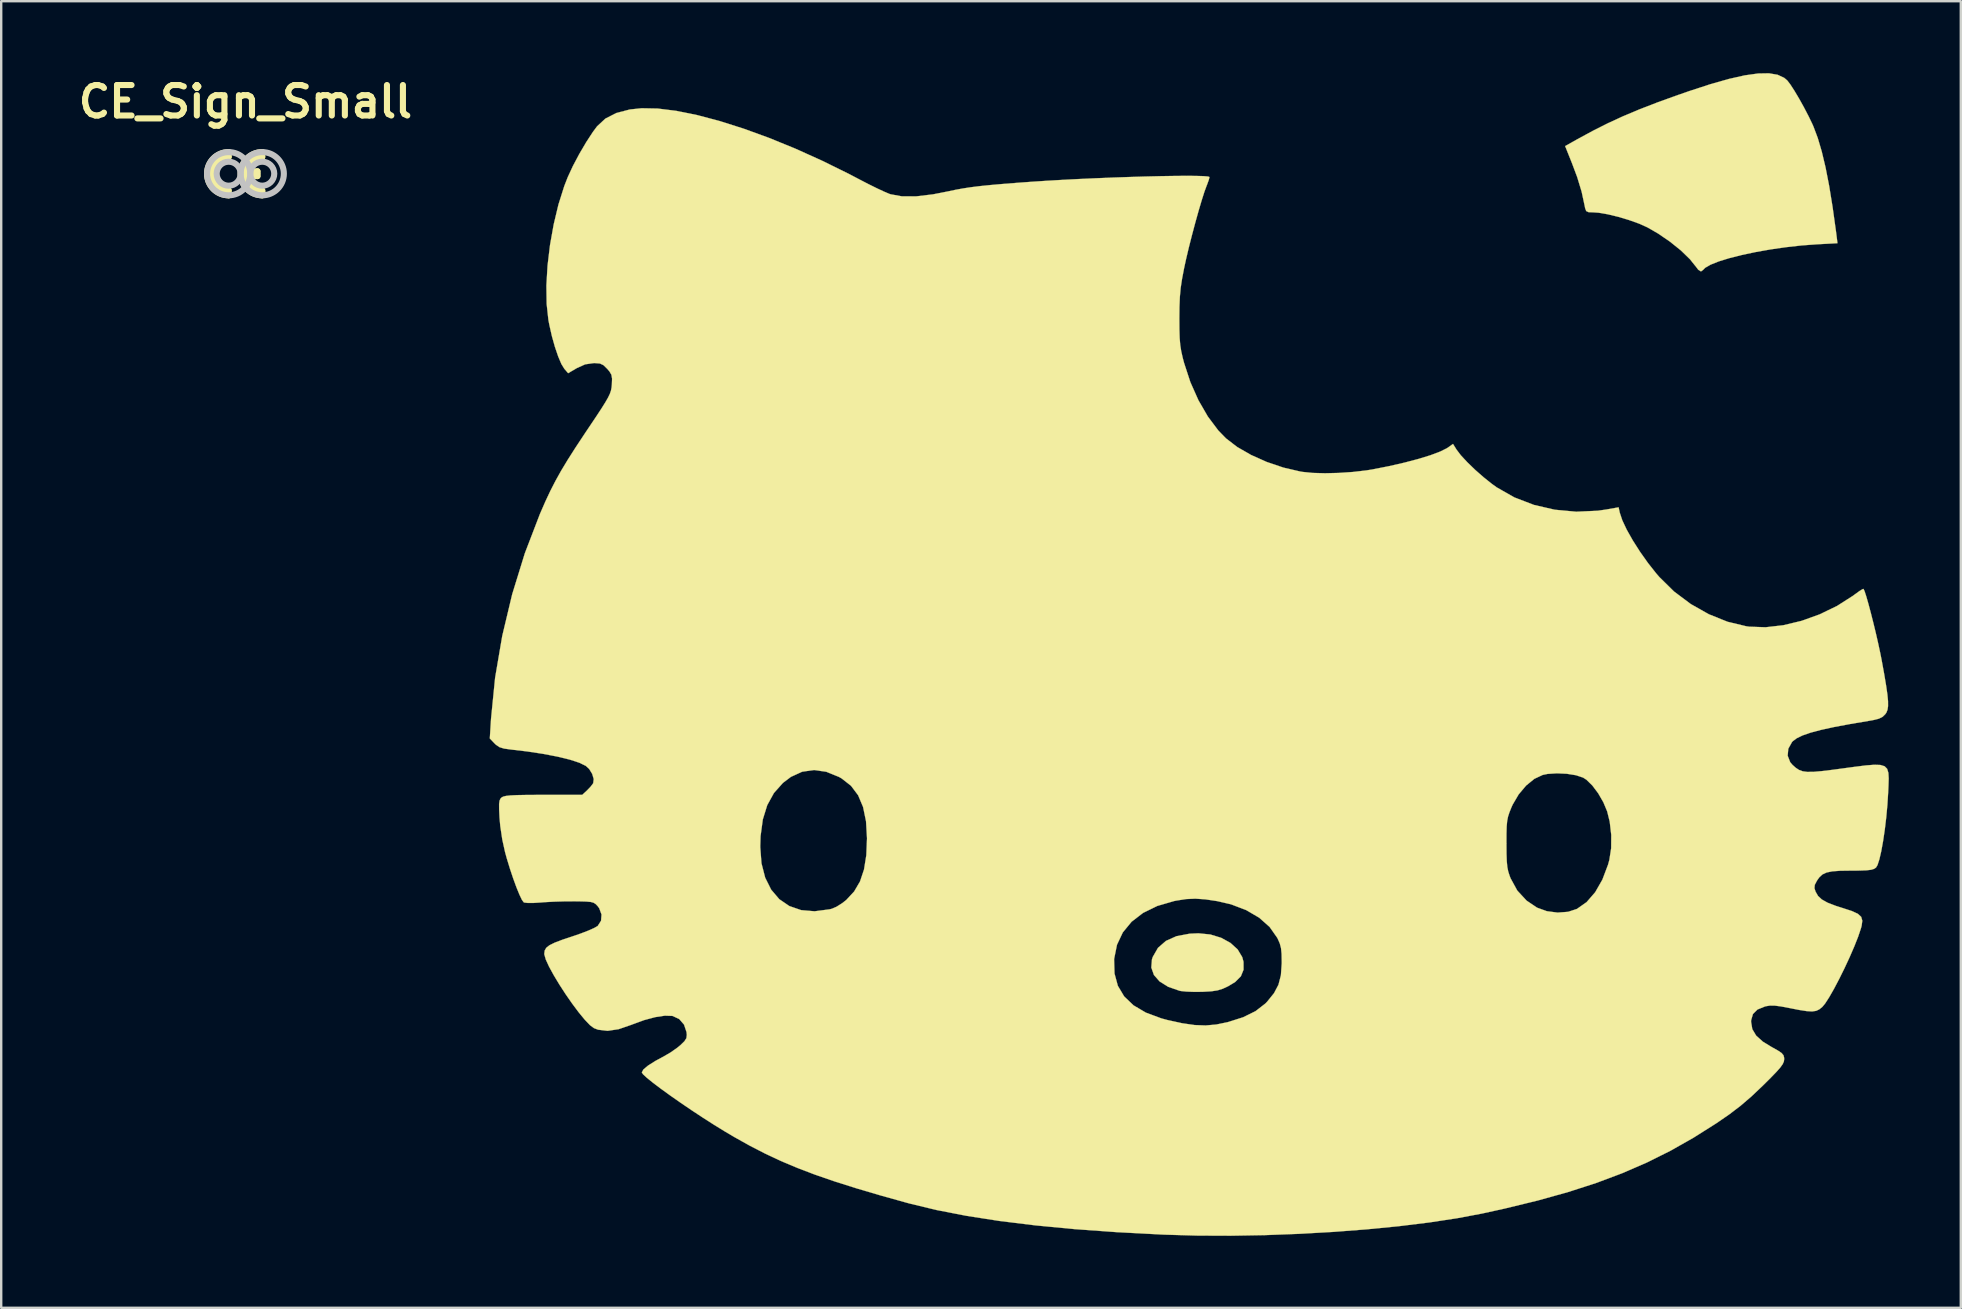
<source format=kicad_pcb>
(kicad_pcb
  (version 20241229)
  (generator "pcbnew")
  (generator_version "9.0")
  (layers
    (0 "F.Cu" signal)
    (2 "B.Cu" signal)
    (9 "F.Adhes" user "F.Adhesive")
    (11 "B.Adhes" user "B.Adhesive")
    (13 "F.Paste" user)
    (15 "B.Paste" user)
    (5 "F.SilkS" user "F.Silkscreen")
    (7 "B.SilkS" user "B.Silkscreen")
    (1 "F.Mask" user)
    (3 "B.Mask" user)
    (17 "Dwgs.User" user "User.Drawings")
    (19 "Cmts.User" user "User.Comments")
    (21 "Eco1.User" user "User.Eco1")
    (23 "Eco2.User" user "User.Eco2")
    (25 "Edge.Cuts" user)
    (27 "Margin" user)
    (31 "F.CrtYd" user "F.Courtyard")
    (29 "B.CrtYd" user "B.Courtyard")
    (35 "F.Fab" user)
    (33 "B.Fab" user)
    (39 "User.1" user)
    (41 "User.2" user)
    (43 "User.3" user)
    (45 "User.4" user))
  (footprint "HELLO_KITTY_1100"
    (layer "F.Cu")
    (at 46.7 23.942)
    (property "Reference" "HELLO_KITTY_1100" (at 0 0 0) (layer "F.SilkS") (effects (font (size 1.524 1.524) (thickness 0.3))))
    (attr through_hole)
    (fp_poly (pts (xy 0.688 11.951) (xy 1.14 12.089) (xy 1.527 12.302) (xy 1.827 12.575) (xy 2.019 12.896) (xy 2.071 13.092) (xy 2.072 13.421) (xy 1.96 13.694) (xy 1.724 13.93) (xy 1.432 14.107) (xy 1.203 14.213) (xy 0.987 14.28) (xy 0.735 14.318) (xy 0.396 14.338) (xy 0.348 14.34) (xy 0.013 14.343) (xy -0.301 14.331) (xy -0.54 14.307) (xy -0.601 14.294) (xy -1.069 14.131) (xy -1.425 13.909) (xy -1.662 13.639) (xy -1.771 13.33) (xy -1.745 12.99) (xy -1.712 12.889) (xy -1.493 12.507) (xy -1.162 12.218) (xy -0.722 12.021) (xy -0.175 11.918) (xy 0.194 11.902) (xy 0.688 11.951)) (stroke (width 0.01) (type solid)) (fill yes) (layer "F.SilkS"))
    (fp_poly (pts (xy 24.329 -23.876) (xy 24.605 -23.747) (xy 24.732 -23.638) (xy 24.859 -23.472) (xy 25.03 -23.208) (xy 25.226 -22.878) (xy 25.428 -22.515) (xy 25.617 -22.152) (xy 25.776 -21.823) (xy 25.823 -21.716) (xy 26.002 -21.24) (xy 26.168 -20.678) (xy 26.325 -20.02) (xy 26.475 -19.254) (xy 26.619 -18.368) (xy 26.761 -17.351) (xy 26.795 -17.083) (xy 26.823 -16.857) (xy 25.965 -16.811) (xy 25.327 -16.764) (xy 24.676 -16.691) (xy 24.031 -16.598) (xy 23.41 -16.488) (xy 22.831 -16.365) (xy 22.313 -16.234) (xy 21.874 -16.098) (xy 21.531 -15.961) (xy 21.304 -15.829) (xy 21.228 -15.749) (xy 21.135 -15.68) (xy 21.023 -15.749) (xy 20.953 -15.842) (xy 20.678 -16.186) (xy 20.298 -16.555) (xy 19.842 -16.922) (xy 19.344 -17.263) (xy 18.902 -17.517) (xy 18.557 -17.672) (xy 18.137 -17.822) (xy 17.686 -17.957) (xy 17.247 -18.063) (xy 16.864 -18.128) (xy 16.649 -18.143) (xy 16.452 -18.15) (xy 16.353 -18.196) (xy 16.307 -18.316) (xy 16.288 -18.415) (xy 16.162 -19.001) (xy 15.977 -19.611) (xy 15.758 -20.195) (xy 15.474 -20.904) (xy 15.992 -21.195) (xy 16.628 -21.54) (xy 17.251 -21.854) (xy 17.889 -22.148) (xy 18.57 -22.434) (xy 19.322 -22.725) (xy 20.173 -23.032) (xy 20.647 -23.196) (xy 21.535 -23.486) (xy 22.305 -23.704) (xy 22.963 -23.852) (xy 23.515 -23.929) (xy 23.968 -23.937) (xy 24.329 -23.876)) (stroke (width 0.01) (type solid)) (fill yes) (layer "F.SilkS"))
    (fp_poly (pts (xy -22.339 -22.468) (xy -21.565 -22.372) (xy -20.701 -22.197) (xy -19.76 -21.948) (xy -18.756 -21.629) (xy -17.701 -21.245) (xy -16.608 -20.799) (xy -15.492 -20.295) (xy -14.363 -19.739) (xy -13.934 -19.514) (xy -13.564 -19.322) (xy -13.212 -19.148) (xy -12.91 -19.007) (xy -12.69 -18.914) (xy -12.634 -18.895) (xy -12.164 -18.81) (xy -11.575 -18.809) (xy -10.87 -18.893) (xy -10.233 -19.018) (xy -9.926 -19.083) (xy -9.62 -19.139) (xy -9.294 -19.189) (xy -8.924 -19.235) (xy -8.491 -19.279) (xy -7.973 -19.325) (xy -7.347 -19.374) (xy -6.785 -19.415) (xy -6.164 -19.456) (xy -5.497 -19.495) (xy -4.801 -19.531) (xy -4.089 -19.563) (xy -3.376 -19.592) (xy -2.677 -19.616) (xy -2.006 -19.636) (xy -1.379 -19.651) (xy -0.81 -19.66) (xy -0.313 -19.664) (xy 0.096 -19.661) (xy 0.403 -19.652) (xy 0.594 -19.636) (xy 0.653 -19.615) (xy 0.627 -19.504) (xy 0.562 -19.323) (xy 0.539 -19.265) (xy 0.446 -19.014) (xy 0.33 -18.65) (xy 0.198 -18.205) (xy 0.059 -17.706) (xy -0.08 -17.184) (xy -0.211 -16.669) (xy -0.324 -16.19) (xy -0.405 -15.817) (xy -0.49 -15.373) (xy -0.548 -14.991) (xy -0.582 -14.619) (xy -0.599 -14.205) (xy -0.604 -13.716) (xy -0.601 -13.257) (xy -0.59 -12.904) (xy -0.566 -12.617) (xy -0.525 -12.357) (xy -0.464 -12.086) (xy -0.408 -11.874) (xy -0.145 -11.07) (xy 0.191 -10.315) (xy 0.585 -9.633) (xy 1.021 -9.052) (xy 1.34 -8.724) (xy 1.807 -8.365) (xy 2.385 -8.033) (xy 3.038 -7.741) (xy 3.732 -7.506) (xy 4.432 -7.343) (xy 4.527 -7.327) (xy 4.949 -7.284) (xy 5.47 -7.27) (xy 6.046 -7.284) (xy 6.634 -7.324) (xy 7.191 -7.389) (xy 7.439 -7.429) (xy 8.13 -7.565) (xy 8.777 -7.713) (xy 9.362 -7.867) (xy 9.865 -8.022) (xy 10.266 -8.173) (xy 10.547 -8.313) (xy 10.591 -8.342) (xy 10.801 -8.492) (xy 10.948 -8.256) (xy 11.126 -8.021) (xy 11.393 -7.733) (xy 11.718 -7.418) (xy 12.073 -7.106) (xy 12.426 -6.824) (xy 12.621 -6.683) (xy 13.359 -6.263) (xy 14.175 -5.95) (xy 15.042 -5.75) (xy 15.937 -5.667) (xy 16.833 -5.708) (xy 17.179 -5.758) (xy 17.702 -5.85) (xy 17.75 -5.628) (xy 17.855 -5.312) (xy 18.041 -4.917) (xy 18.294 -4.47) (xy 18.595 -3.998) (xy 18.928 -3.528) (xy 19.277 -3.087) (xy 19.4 -2.945) (xy 20.015 -2.34) (xy 20.711 -1.819) (xy 21.463 -1.394) (xy 22.243 -1.081) (xy 23.025 -0.893) (xy 23.151 -0.876) (xy 23.828 -0.852) (xy 24.562 -0.936) (xy 25.323 -1.118) (xy 26.081 -1.39) (xy 26.806 -1.741) (xy 27.469 -2.164) (xy 27.559 -2.231) (xy 27.739 -2.361) (xy 27.867 -2.439) (xy 27.908 -2.451) (xy 27.953 -2.354) (xy 28.023 -2.139) (xy 28.111 -1.832) (xy 28.211 -1.457) (xy 28.317 -1.039) (xy 28.423 -0.602) (xy 28.521 -0.171) (xy 28.607 0.229) (xy 28.66 0.497) (xy 28.77 1.099) (xy 28.85 1.577) (xy 28.903 1.947) (xy 28.93 2.227) (xy 28.931 2.435) (xy 28.908 2.587) (xy 28.863 2.702) (xy 28.817 2.769) (xy 28.704 2.88) (xy 28.549 2.957) (xy 28.31 3.017) (xy 28.139 3.047) (xy 27.34 3.182) (xy 26.673 3.307) (xy 26.13 3.426) (xy 25.698 3.541) (xy 25.366 3.656) (xy 25.124 3.774) (xy 24.96 3.897) (xy 24.927 3.934) (xy 24.773 4.211) (xy 24.748 4.501) (xy 24.852 4.769) (xy 24.946 4.88) (xy 25.085 5.004) (xy 25.22 5.093) (xy 25.374 5.15) (xy 25.568 5.176) (xy 25.826 5.173) (xy 26.169 5.143) (xy 26.621 5.088) (xy 26.932 5.046) (xy 27.531 4.965) (xy 28.001 4.906) (xy 28.357 4.878) (xy 28.614 4.887) (xy 28.788 4.941) (xy 28.893 5.047) (xy 28.944 5.213) (xy 28.958 5.446) (xy 28.948 5.753) (xy 28.936 6.02) (xy 28.904 6.538) (xy 28.856 7.065) (xy 28.795 7.579) (xy 28.724 8.058) (xy 28.648 8.479) (xy 28.569 8.82) (xy 28.492 9.057) (xy 28.429 9.162) (xy 28.346 9.217) (xy 28.223 9.254) (xy 28.033 9.276) (xy 27.75 9.287) (xy 27.391 9.289) (xy 26.94 9.295) (xy 26.607 9.319) (xy 26.368 9.368) (xy 26.196 9.449) (xy 26.065 9.57) (xy 25.971 9.704) (xy 25.877 9.883) (xy 25.864 10.022) (xy 25.91 10.165) (xy 26.012 10.343) (xy 26.171 10.492) (xy 26.411 10.626) (xy 26.753 10.758) (xy 27.059 10.855) (xy 27.429 10.976) (xy 27.675 11.09) (xy 27.812 11.217) (xy 27.858 11.377) (xy 27.83 11.588) (xy 27.799 11.702) (xy 27.684 12.044) (xy 27.523 12.451) (xy 27.329 12.898) (xy 27.115 13.358) (xy 26.893 13.807) (xy 26.676 14.219) (xy 26.476 14.569) (xy 26.306 14.831) (xy 26.192 14.968) (xy 26.067 15.07) (xy 25.935 15.133) (xy 25.768 15.157) (xy 25.541 15.144) (xy 25.225 15.095) (xy 24.834 15.018) (xy 24.47 14.949) (xy 24.208 14.915) (xy 24.011 14.913) (xy 23.839 14.941) (xy 23.804 14.95) (xy 23.49 15.077) (xy 23.301 15.264) (xy 23.225 15.523) (xy 23.223 15.592) (xy 23.274 15.895) (xy 23.435 16.166) (xy 23.717 16.419) (xy 24.076 16.638) (xy 24.337 16.784) (xy 24.494 16.89) (xy 24.573 16.983) (xy 24.6 17.087) (xy 24.602 17.148) (xy 24.589 17.246) (xy 24.54 17.354) (xy 24.442 17.492) (xy 24.279 17.677) (xy 24.039 17.925) (xy 23.713 18.249) (xy 23.233 18.704) (xy 22.783 19.09) (xy 22.309 19.451) (xy 21.771 19.821) (xy 20.821 20.421) (xy 19.864 20.963) (xy 18.881 21.453) (xy 17.855 21.898) (xy 16.768 22.306) (xy 15.601 22.683) (xy 14.336 23.036) (xy 12.956 23.372) (xy 12.011 23.58) (xy 10.973 23.775) (xy 9.814 23.951) (xy 8.555 24.106) (xy 7.219 24.237) (xy 5.828 24.344) (xy 4.404 24.425) (xy 2.968 24.479) (xy 1.544 24.504) (xy 0.154 24.499) (xy -1.181 24.461) (xy -1.306 24.456) (xy -3.209 24.356) (xy -4.972 24.229) (xy -6.601 24.073) (xy -8.099 23.889) (xy -9.469 23.676) (xy -10.717 23.434) (xy -11.845 23.162) (xy -11.938 23.137) (xy -13.066 22.822) (xy -14.069 22.526) (xy -14.966 22.242) (xy -15.776 21.963) (xy -16.517 21.681) (xy -17.208 21.39) (xy -17.866 21.081) (xy -18.511 20.749) (xy -19.161 20.385) (xy -19.53 20.167) (xy -19.984 19.888) (xy -20.456 19.586) (xy -20.931 19.273) (xy -21.393 18.959) (xy -21.826 18.656) (xy -22.214 18.375) (xy -22.542 18.127) (xy -22.793 17.924) (xy -22.953 17.776) (xy -23.004 17.699) (xy -22.938 17.577) (xy -22.744 17.414) (xy -22.432 17.217) (xy -22.074 17.024) (xy -21.795 16.86) (xy -21.515 16.662) (xy -21.398 16.565) (xy -21.227 16.399) (xy -21.146 16.272) (xy -21.129 16.133) (xy -21.141 16.016) (xy -21.245 15.706) (xy -21.447 15.473) (xy -21.721 15.347) (xy -21.734 15.344) (xy -22.043 15.334) (xy -22.445 15.395) (xy -22.908 15.519) (xy -23.402 15.7) (xy -23.432 15.712) (xy -23.969 15.897) (xy -24.43 15.966) (xy -24.825 15.919) (xy -24.998 15.853) (xy -25.163 15.73) (xy -25.38 15.503) (xy -25.632 15.197) (xy -25.903 14.835) (xy -26.178 14.439) (xy -26.441 14.034) (xy -26.677 13.642) (xy -26.871 13.287) (xy -27.005 12.995) (xy -3.322 12.995) (xy -3.305 13.578) (xy -3.166 14.09) (xy -2.903 14.531) (xy -2.514 14.903) (xy -1.997 15.208) (xy -1.353 15.447) (xy -1.089 15.518) (xy -0.48 15.651) (xy 0.035 15.725) (xy 0.494 15.742) (xy 0.934 15.703) (xy 1.395 15.608) (xy 1.422 15.602) (xy 2.059 15.399) (xy 2.573 15.145) (xy 2.977 14.832) (xy 3.058 14.749) (xy 3.342 14.396) (xy 3.527 14.045) (xy 3.629 13.652) (xy 3.663 13.171) (xy 3.664 13.099) (xy 3.658 12.761) (xy 3.634 12.519) (xy 3.583 12.325) (xy 3.496 12.128) (xy 3.47 12.079) (xy 3.158 11.636) (xy 2.723 11.251) (xy 2.182 10.934) (xy 1.548 10.693) (xy 0.979 10.561) (xy 0.479 10.486) (xy 0.063 10.458) (xy -0.323 10.475) (xy -0.73 10.539) (xy -0.824 10.558) (xy -1.521 10.761) (xy -2.113 11.05) (xy -2.594 11.42) (xy -2.959 11.864) (xy -3.202 12.379) (xy -3.319 12.959) (xy -3.322 12.995) (xy -27.005 12.995) (xy -27.005 12.993) (xy -27.066 12.783) (xy -27.068 12.754) (xy -27.051 12.62) (xy -26.986 12.506) (xy -26.854 12.401) (xy -26.637 12.293) (xy -26.315 12.17) (xy -25.9 12.032) (xy -25.546 11.91) (xy -25.23 11.788) (xy -24.986 11.679) (xy -24.844 11.597) (xy -24.838 11.591) (xy -24.702 11.376) (xy -24.682 11.118) (xy -24.778 10.858) (xy -24.842 10.771) (xy -24.923 10.686) (xy -25.009 10.629) (xy -25.131 10.595) (xy -25.321 10.578) (xy -25.61 10.57) (xy -25.804 10.568) (xy -26.215 10.57) (xy -26.655 10.583) (xy -27.053 10.604) (xy -27.214 10.617) (xy -27.513 10.636) (xy -27.756 10.637) (xy -27.905 10.619) (xy -27.925 10.61) (xy -28 10.506) (xy -28.105 10.287) (xy -28.23 9.981) (xy -28.365 9.611) (xy -28.501 9.204) (xy -28.629 8.785) (xy -28.702 8.521) (xy -28.752 8.294) (xy -18.069 8.294) (xy -18.017 8.984) (xy -17.863 9.583) (xy -17.613 10.083) (xy -17.275 10.48) (xy -16.856 10.766) (xy -16.363 10.936) (xy -15.803 10.984) (xy -15.184 10.903) (xy -15.087 10.88) (xy -14.888 10.794) (xy -14.649 10.643) (xy -14.485 10.514) (xy -14.156 10.16) (xy -13.911 9.742) (xy -13.744 9.243) (xy -13.648 8.646) (xy -13.628 8.157) (xy 13.028 8.157) (xy 13.028 8.164) (xy 13.031 8.587) (xy 13.042 8.899) (xy 13.064 9.135) (xy 13.103 9.327) (xy 13.162 9.51) (xy 13.201 9.61) (xy 13.479 10.119) (xy 13.867 10.539) (xy 14.306 10.834) (xy 14.714 10.981) (xy 15.161 11.039) (xy 15.598 11.006) (xy 15.965 10.886) (xy 16.369 10.602) (xy 16.726 10.19) (xy 17.026 9.666) (xy 17.262 9.042) (xy 17.316 8.846) (xy 17.392 8.356) (xy 17.396 7.803) (xy 17.332 7.249) (xy 17.226 6.822) (xy 17.066 6.439) (xy 16.852 6.068) (xy 16.609 5.744) (xy 16.363 5.503) (xy 16.223 5.413) (xy 15.925 5.314) (xy 15.542 5.253) (xy 15.13 5.234) (xy 14.744 5.259) (xy 14.54 5.301) (xy 14.192 5.464) (xy 13.849 5.743) (xy 13.538 6.112) (xy 13.286 6.542) (xy 13.238 6.648) (xy 13.154 6.857) (xy 13.095 7.037) (xy 13.058 7.222) (xy 13.038 7.447) (xy 13.029 7.747) (xy 13.028 8.157) (xy -13.628 8.157) (xy -13.619 7.944) (xy -13.66 7.234) (xy -13.783 6.638) (xy -13.99 6.148) (xy -14.286 5.754) (xy -14.676 5.448) (xy -14.787 5.385) (xy -15.319 5.169) (xy -15.832 5.097) (xy -16.323 5.168) (xy -16.79 5.382) (xy -17.123 5.634) (xy -17.498 6.055) (xy -17.776 6.559) (xy -17.961 7.155) (xy -18.055 7.853) (xy -18.069 8.294) (xy -28.752 8.294) (xy -28.818 7.996) (xy -28.902 7.434) (xy -28.934 7.074) (xy -28.95 6.736) (xy -28.951 6.512) (xy -28.932 6.373) (xy -28.892 6.287) (xy -28.845 6.24) (xy -28.777 6.204) (xy -28.66 6.176) (xy -28.477 6.156) (xy -28.21 6.143) (xy -27.841 6.136) (xy -27.353 6.133) (xy -27.1 6.132) (xy -25.486 6.132) (xy -25.291 5.951) (xy -25.14 5.794) (xy -25.034 5.654) (xy -25.029 5.644) (xy -25.008 5.472) (xy -25.072 5.257) (xy -25.199 5.051) (xy -25.336 4.925) (xy -25.608 4.793) (xy -26.007 4.663) (xy -26.515 4.539) (xy -27.114 4.424) (xy -27.786 4.322) (xy -28.46 4.243) (xy -28.746 4.203) (xy -28.937 4.144) (xy -29.081 4.046) (xy -29.141 3.988) (xy -29.338 3.782) (xy -29.287 2.961) (xy -29.117 1.249) (xy -28.82 -0.491) (xy -28.405 -2.23) (xy -27.878 -3.937) (xy -27.246 -5.582) (xy -27.234 -5.609) (xy -27.022 -6.095) (xy -26.816 -6.534) (xy -26.601 -6.953) (xy -26.364 -7.378) (xy -26.089 -7.834) (xy -25.762 -8.347) (xy -25.368 -8.943) (xy -25.233 -9.144) (xy -24.929 -9.597) (xy -24.698 -9.949) (xy -24.528 -10.219) (xy -24.409 -10.426) (xy -24.332 -10.588) (xy -24.287 -10.723) (xy -24.263 -10.851) (xy -24.252 -10.966) (xy -24.243 -11.212) (xy -24.271 -11.376) (xy -24.355 -11.517) (xy -24.443 -11.619) (xy -24.599 -11.773) (xy -24.749 -11.844) (xy -24.96 -11.861) (xy -25.014 -11.86) (xy -25.365 -11.809) (xy -25.717 -11.65) (xy -25.72 -11.648) (xy -26.074 -11.44) (xy -26.232 -11.623) (xy -26.355 -11.822) (xy -26.488 -12.135) (xy -26.623 -12.531) (xy -26.75 -12.981) (xy -26.857 -13.453) (xy -26.896 -13.656) (xy -26.969 -14.326) (xy -26.98 -15.092) (xy -26.932 -15.922) (xy -26.829 -16.783) (xy -26.675 -17.644) (xy -26.477 -18.472) (xy -26.236 -19.235) (xy -26.089 -19.612) (xy -25.873 -20.078) (xy -25.607 -20.58) (xy -25.319 -21.07) (xy -25.036 -21.502) (xy -24.87 -21.726) (xy -24.524 -22.048) (xy -24.065 -22.283) (xy -23.5 -22.43) (xy -23.01 -22.481) (xy -22.339 -22.468)) (stroke (width 0.01) (type solid)) (fill yes) (layer "F.SilkS")))
  (footprint "CE_Sign_Small"
    (layer "F.Cu")
    (at 7.179 4.189)
    (property "Reference" "CE_Sign_Small" (at 0 -3 0) (unlocked yes) (layer "F.SilkS") (effects (font (size 1.27 1.27) (thickness 0.254))))
    (attr through_hole)
    (fp_line (start -0.7 -0.9) (end -0.7 -0.7) (stroke (width 0.254) (type solid)) (layer "F.SilkS"))
    (fp_line (start -0.7 0.7) (end -0.7 0.9) (stroke (width 0.254) (type solid)) (layer "F.SilkS"))
    (fp_line (start 0.5 -0.1) (end 0 -0.1) (stroke (width 0.254) (type solid)) (layer "F.SilkS"))
    (fp_line (start 0.5 -0.1) (end 0.5 0.1) (stroke (width 0.254) (type solid)) (layer "F.SilkS"))
    (fp_line (start 0.5 0) (end 0 0) (stroke (width 0.254) (type solid)) (layer "F.SilkS"))
    (fp_line (start 0.5 0.1) (end 0 0.1) (stroke (width 0.254) (type solid)) (layer "F.SilkS"))
    (fp_line (start 0.7 -0.9) (end 0.7 -0.7) (stroke (width 0.254) (type solid)) (layer "F.SilkS"))
    (fp_line (start 0.7 0.7) (end 0.7 0.9) (stroke (width 0.254) (type solid)) (layer "F.SilkS"))
    (fp_arc (start -0.7635 0.762) (mid -1.464641 0) (end -0.7635 -0.762) (stroke (width 0.3) (type solid)) (layer "F.SilkS"))
    (fp_arc (start -0.7 0.7) (mid -1.4 0) (end -0.7 -0.7) (stroke (width 0.254) (type solid)) (layer "F.SilkS"))
    (fp_arc (start -0.7 0.9) (mid -1.6 0) (end -0.7 -0.9) (stroke (width 0.254) (type solid)) (layer "F.SilkS"))
    (fp_arc (start 0.67806 0.76822) (mid -0.067535 0.039154) (end 0.6 -0.762) (stroke (width 0.3) (type solid)) (layer "F.SilkS"))
    (fp_arc (start 0.7 0.7) (mid 0 0) (end 0.7 -0.7) (stroke (width 0.254) (type solid)) (layer "F.SilkS"))
    (fp_arc (start 0.7 0.9) (mid -0.2 0) (end 0.7 -0.9) (stroke (width 0.254) (type solid)) (layer "F.SilkS"))
    (fp_circle (center -0.7 0) (end -0.2 0) (stroke (width 0.254) (type solid)) (fill no) (layer "Dwgs.User"))
    (fp_circle (center -0.7 0) (end 0.2 0) (stroke (width 0.254) (type solid)) (fill no) (layer "Dwgs.User"))
    (fp_circle (center 0.7 0) (end 1.2 0) (stroke (width 0.254) (type solid)) (fill no) (layer "Dwgs.User"))
    (fp_circle (center 0.7 0) (end 1.6 0) (stroke (width 0.254) (type solid)) (fill no) (layer "Dwgs.User")))
  (gr_rect
    (start -3 -3)
    (end 78.663 51.45)
    (stroke (width 0.1) (type default))
    (fill no)
    (layer "Edge.Cuts")))
</source>
